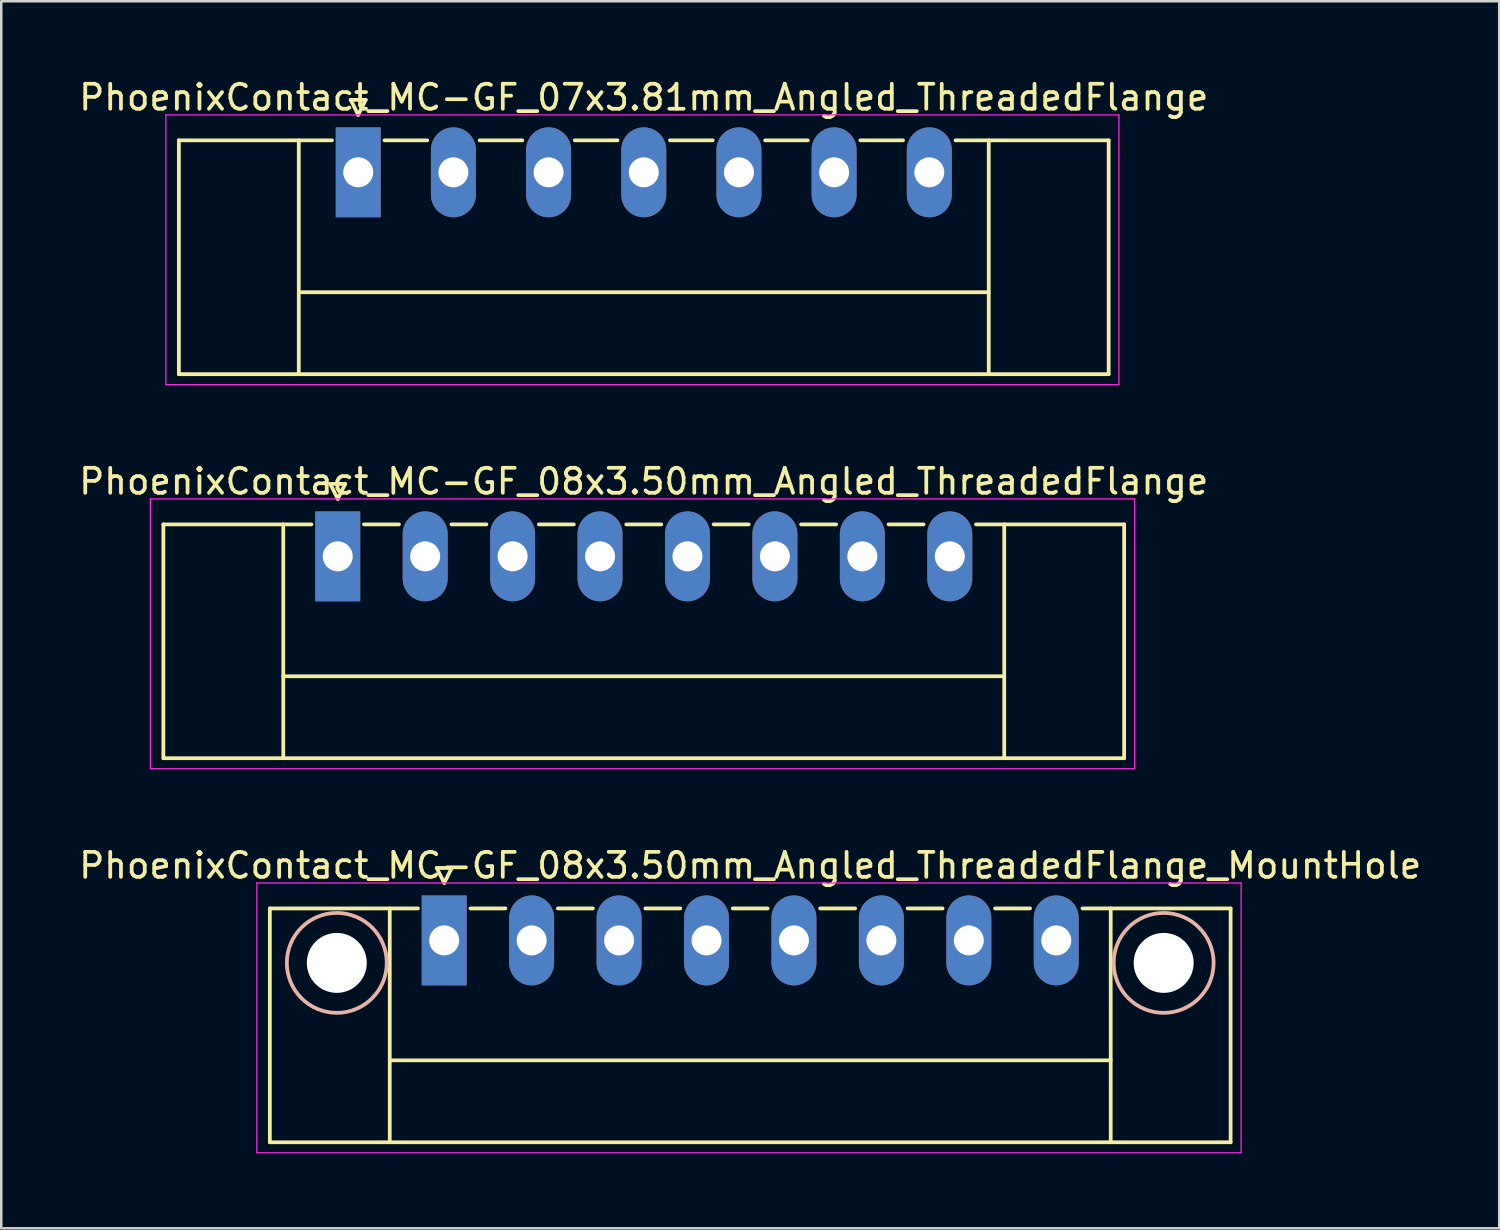
<source format=kicad_pcb>
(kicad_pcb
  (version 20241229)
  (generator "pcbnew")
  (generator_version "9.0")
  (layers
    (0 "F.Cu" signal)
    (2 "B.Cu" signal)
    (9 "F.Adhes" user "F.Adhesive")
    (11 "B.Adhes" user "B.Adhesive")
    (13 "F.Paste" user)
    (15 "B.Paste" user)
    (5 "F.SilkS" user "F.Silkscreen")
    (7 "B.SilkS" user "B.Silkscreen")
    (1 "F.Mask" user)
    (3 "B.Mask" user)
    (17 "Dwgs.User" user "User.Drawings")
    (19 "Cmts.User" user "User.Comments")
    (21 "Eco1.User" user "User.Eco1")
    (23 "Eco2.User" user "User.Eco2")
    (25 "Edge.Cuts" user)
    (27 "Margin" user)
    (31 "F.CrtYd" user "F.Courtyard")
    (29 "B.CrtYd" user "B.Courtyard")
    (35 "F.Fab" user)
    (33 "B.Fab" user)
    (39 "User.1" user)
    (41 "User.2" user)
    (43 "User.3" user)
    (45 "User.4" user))
  (footprint "PhoenixContact_MC-GF_08x3.50mm_Angled_ThreadedFlange_MountHole"
    (layer "F.Cu")
    (at 14.732 34.595)
    (property "Reference" "PhoenixContact_MC-GF_08x3.50mm_Angled_ThreadedFlange_MountHole" (at 12.25 -3 0) (layer "F.SilkS") (effects (font (size 1 1) (thickness 0.15))))
    (attr through_hole)
    (fp_line (start -6.98 -1.28) (end -6.98 8.08) (stroke (width 0.15) (type solid)) (layer "F.SilkS"))
    (fp_line (start -6.98 -1.28) (end -1.05 -1.28) (stroke (width 0.15) (type solid)) (layer "F.SilkS"))
    (fp_line (start -6.98 8.08) (end 31.48 8.08) (stroke (width 0.15) (type solid)) (layer "F.SilkS"))
    (fp_line (start -2.18 -1.28) (end -2.18 8.08) (stroke (width 0.15) (type solid)) (layer "F.SilkS"))
    (fp_line (start -2.18 4.8) (end 26.68 4.8) (stroke (width 0.15) (type solid)) (layer "F.SilkS"))
    (fp_line (start -0.3 -2.9) (end 0 -2.3) (stroke (width 0.15) (type solid)) (layer "F.SilkS"))
    (fp_line (start 0 -2.3) (end 0.3 -2.9) (stroke (width 0.15) (type solid)) (layer "F.SilkS"))
    (fp_line (start 0.3 -2.9) (end -0.3 -2.9) (stroke (width 0.15) (type solid)) (layer "F.SilkS"))
    (fp_line (start 1.05 -1.28) (end 2.45 -1.28) (stroke (width 0.15) (type solid)) (layer "F.SilkS"))
    (fp_line (start 4.55 -1.28) (end 5.95 -1.28) (stroke (width 0.15) (type solid)) (layer "F.SilkS"))
    (fp_line (start 8.05 -1.28) (end 9.45 -1.28) (stroke (width 0.15) (type solid)) (layer "F.SilkS"))
    (fp_line (start 11.55 -1.28) (end 12.95 -1.28) (stroke (width 0.15) (type solid)) (layer "F.SilkS"))
    (fp_line (start 15.05 -1.28) (end 16.45 -1.28) (stroke (width 0.15) (type solid)) (layer "F.SilkS"))
    (fp_line (start 18.55 -1.28) (end 19.95 -1.28) (stroke (width 0.15) (type solid)) (layer "F.SilkS"))
    (fp_line (start 22.05 -1.28) (end 23.45 -1.28) (stroke (width 0.15) (type solid)) (layer "F.SilkS"))
    (fp_line (start 26.68 -1.28) (end 26.68 8.08) (stroke (width 0.15) (type solid)) (layer "F.SilkS"))
    (fp_line (start 31.48 -1.28) (end 25.55 -1.28) (stroke (width 0.15) (type solid)) (layer "F.SilkS"))
    (fp_line (start 31.48 8.08) (end 31.48 -1.28) (stroke (width 0.15) (type solid)) (layer "F.SilkS"))
    (fp_circle (center -4.3 0.9) (end -2.3 0.9) (stroke (width 0.15) (type solid)) (fill no) (layer "B.SilkS"))
    (fp_circle (center 28.8 0.9) (end 30.8 0.9) (stroke (width 0.15) (type solid)) (fill no) (layer "B.SilkS"))
    (fp_line (start -7.5 -2.3) (end -7.5 8.5) (stroke (width 0.05) (type solid)) (layer "F.CrtYd"))
    (fp_line (start -7.5 8.5) (end 31.9 8.5) (stroke (width 0.05) (type solid)) (layer "F.CrtYd"))
    (fp_line (start 31.9 -2.3) (end -7.5 -2.3) (stroke (width 0.05) (type solid)) (layer "F.CrtYd"))
    (fp_line (start 31.9 8.5) (end 31.9 -2.3) (stroke (width 0.05) (type solid)) (layer "F.CrtYd"))
    (pad "" np_thru_hole circle (at -4.3 0.9) (size 2.4 2.4) (drill 2.4) (layers "*.Cu" "*.Mask"))
    (pad "" np_thru_hole circle (at 28.8 0.9) (size 2.4 2.4) (drill 2.4) (layers "*.Cu" "*.Mask"))
    (pad "1" thru_hole rect (at 0 0) (size 1.8 3.6) (drill 1.2) (layers "*.Cu" "*.Mask"))
    (pad "2" thru_hole oval (at 3.5 0) (size 1.8 3.6) (drill 1.2) (layers "*.Cu" "*.Mask"))
    (pad "3" thru_hole oval (at 7 0) (size 1.8 3.6) (drill 1.2) (layers "*.Cu" "*.Mask"))
    (pad "4" thru_hole oval (at 10.5 0) (size 1.8 3.6) (drill 1.2) (layers "*.Cu" "*.Mask"))
    (pad "5" thru_hole oval (at 14 0) (size 1.8 3.6) (drill 1.2) (layers "*.Cu" "*.Mask"))
    (pad "6" thru_hole oval (at 17.5 0) (size 1.8 3.6) (drill 1.2) (layers "*.Cu" "*.Mask"))
    (pad "7" thru_hole oval (at 21 0) (size 1.8 3.6) (drill 1.2) (layers "*.Cu" "*.Mask"))
    (pad "8" thru_hole oval (at 24.5 0) (size 1.8 3.6) (drill 1.2) (layers "*.Cu" "*.Mask")))
  (footprint "PhoenixContact_MC-GF_07x3.81mm_Angled_ThreadedFlange"
    (layer "F.Cu")
    (at 11.29 3.848)
    (property "Reference" "PhoenixContact_MC-GF_07x3.81mm_Angled_ThreadedFlange" (at 11.43 -3 0) (layer "F.SilkS") (effects (font (size 1 1) (thickness 0.15))))
    (attr through_hole)
    (fp_line (start -7.18 -1.28) (end -7.18 8.08) (stroke (width 0.15) (type solid)) (layer "F.SilkS"))
    (fp_line (start -7.18 -1.28) (end -1.05 -1.28) (stroke (width 0.15) (type solid)) (layer "F.SilkS"))
    (fp_line (start -7.18 8.08) (end 30.04 8.08) (stroke (width 0.15) (type solid)) (layer "F.SilkS"))
    (fp_line (start -2.38 -1.28) (end -2.38 8.08) (stroke (width 0.15) (type solid)) (layer "F.SilkS"))
    (fp_line (start -2.38 4.8) (end 25.24 4.8) (stroke (width 0.15) (type solid)) (layer "F.SilkS"))
    (fp_line (start -0.3 -2.9) (end 0 -2.3) (stroke (width 0.15) (type solid)) (layer "F.SilkS"))
    (fp_line (start 0 -2.3) (end 0.3 -2.9) (stroke (width 0.15) (type solid)) (layer "F.SilkS"))
    (fp_line (start 0.3 -2.9) (end -0.3 -2.9) (stroke (width 0.15) (type solid)) (layer "F.SilkS"))
    (fp_line (start 1.05 -1.28) (end 2.76 -1.28) (stroke (width 0.15) (type solid)) (layer "F.SilkS"))
    (fp_line (start 4.86 -1.28) (end 6.57 -1.28) (stroke (width 0.15) (type solid)) (layer "F.SilkS"))
    (fp_line (start 8.67 -1.28) (end 10.38 -1.28) (stroke (width 0.15) (type solid)) (layer "F.SilkS"))
    (fp_line (start 12.48 -1.28) (end 14.19 -1.28) (stroke (width 0.15) (type solid)) (layer "F.SilkS"))
    (fp_line (start 16.29 -1.28) (end 18 -1.28) (stroke (width 0.15) (type solid)) (layer "F.SilkS"))
    (fp_line (start 20.1 -1.28) (end 21.81 -1.28) (stroke (width 0.15) (type solid)) (layer "F.SilkS"))
    (fp_line (start 25.24 -1.28) (end 25.24 8.08) (stroke (width 0.15) (type solid)) (layer "F.SilkS"))
    (fp_line (start 30.04 -1.28) (end 23.91 -1.28) (stroke (width 0.15) (type solid)) (layer "F.SilkS"))
    (fp_line (start 30.04 8.08) (end 30.04 -1.28) (stroke (width 0.15) (type solid)) (layer "F.SilkS"))
    (fp_line (start -7.7 -2.3) (end -7.7 8.5) (stroke (width 0.05) (type solid)) (layer "F.CrtYd"))
    (fp_line (start -7.7 8.5) (end 30.45 8.5) (stroke (width 0.05) (type solid)) (layer "F.CrtYd"))
    (fp_line (start 30.45 -2.3) (end -7.7 -2.3) (stroke (width 0.05) (type solid)) (layer "F.CrtYd"))
    (fp_line (start 30.45 8.5) (end 30.45 -2.3) (stroke (width 0.05) (type solid)) (layer "F.CrtYd"))
    (pad "1" thru_hole rect (at 0 0) (size 1.8 3.6) (drill 1.2) (layers "*.Cu" "*.Mask"))
    (pad "2" thru_hole oval (at 3.81 0) (size 1.8 3.6) (drill 1.2) (layers "*.Cu" "*.Mask"))
    (pad "3" thru_hole oval (at 7.62 0) (size 1.8 3.6) (drill 1.2) (layers "*.Cu" "*.Mask"))
    (pad "4" thru_hole oval (at 11.43 0) (size 1.8 3.6) (drill 1.2) (layers "*.Cu" "*.Mask"))
    (pad "5" thru_hole oval (at 15.24 0) (size 1.8 3.6) (drill 1.2) (layers "*.Cu" "*.Mask"))
    (pad "6" thru_hole oval (at 19.05 0) (size 1.8 3.6) (drill 1.2) (layers "*.Cu" "*.Mask"))
    (pad "7" thru_hole oval (at 22.86 0) (size 1.8 3.6) (drill 1.2) (layers "*.Cu" "*.Mask")))
  (footprint "PhoenixContact_MC-GF_08x3.50mm_Angled_ThreadedFlange"
    (layer "F.Cu")
    (at 10.47 19.221)
    (property "Reference" "PhoenixContact_MC-GF_08x3.50mm_Angled_ThreadedFlange" (at 12.25 -3 0) (layer "F.SilkS") (effects (font (size 1 1) (thickness 0.15))))
    (attr through_hole)
    (fp_line (start -6.98 -1.28) (end -6.98 8.08) (stroke (width 0.15) (type solid)) (layer "F.SilkS"))
    (fp_line (start -6.98 -1.28) (end -1.05 -1.28) (stroke (width 0.15) (type solid)) (layer "F.SilkS"))
    (fp_line (start -6.98 8.08) (end 31.48 8.08) (stroke (width 0.15) (type solid)) (layer "F.SilkS"))
    (fp_line (start -2.18 -1.28) (end -2.18 8.08) (stroke (width 0.15) (type solid)) (layer "F.SilkS"))
    (fp_line (start -2.18 4.8) (end 26.68 4.8) (stroke (width 0.15) (type solid)) (layer "F.SilkS"))
    (fp_line (start -0.3 -2.9) (end 0 -2.3) (stroke (width 0.15) (type solid)) (layer "F.SilkS"))
    (fp_line (start 0 -2.3) (end 0.3 -2.9) (stroke (width 0.15) (type solid)) (layer "F.SilkS"))
    (fp_line (start 0.3 -2.9) (end -0.3 -2.9) (stroke (width 0.15) (type solid)) (layer "F.SilkS"))
    (fp_line (start 1.05 -1.28) (end 2.45 -1.28) (stroke (width 0.15) (type solid)) (layer "F.SilkS"))
    (fp_line (start 4.55 -1.28) (end 5.95 -1.28) (stroke (width 0.15) (type solid)) (layer "F.SilkS"))
    (fp_line (start 8.05 -1.28) (end 9.45 -1.28) (stroke (width 0.15) (type solid)) (layer "F.SilkS"))
    (fp_line (start 11.55 -1.28) (end 12.95 -1.28) (stroke (width 0.15) (type solid)) (layer "F.SilkS"))
    (fp_line (start 15.05 -1.28) (end 16.45 -1.28) (stroke (width 0.15) (type solid)) (layer "F.SilkS"))
    (fp_line (start 18.55 -1.28) (end 19.95 -1.28) (stroke (width 0.15) (type solid)) (layer "F.SilkS"))
    (fp_line (start 22.05 -1.28) (end 23.45 -1.28) (stroke (width 0.15) (type solid)) (layer "F.SilkS"))
    (fp_line (start 26.68 -1.28) (end 26.68 8.08) (stroke (width 0.15) (type solid)) (layer "F.SilkS"))
    (fp_line (start 31.48 -1.28) (end 25.55 -1.28) (stroke (width 0.15) (type solid)) (layer "F.SilkS"))
    (fp_line (start 31.48 8.08) (end 31.48 -1.28) (stroke (width 0.15) (type solid)) (layer "F.SilkS"))
    (fp_line (start -7.5 -2.3) (end -7.5 8.5) (stroke (width 0.05) (type solid)) (layer "F.CrtYd"))
    (fp_line (start -7.5 8.5) (end 31.9 8.5) (stroke (width 0.05) (type solid)) (layer "F.CrtYd"))
    (fp_line (start 31.9 -2.3) (end -7.5 -2.3) (stroke (width 0.05) (type solid)) (layer "F.CrtYd"))
    (fp_line (start 31.9 8.5) (end 31.9 -2.3) (stroke (width 0.05) (type solid)) (layer "F.CrtYd"))
    (pad "1" thru_hole rect (at 0 0) (size 1.8 3.6) (drill 1.2) (layers "*.Cu" "*.Mask"))
    (pad "2" thru_hole oval (at 3.5 0) (size 1.8 3.6) (drill 1.2) (layers "*.Cu" "*.Mask"))
    (pad "3" thru_hole oval (at 7 0) (size 1.8 3.6) (drill 1.2) (layers "*.Cu" "*.Mask"))
    (pad "4" thru_hole oval (at 10.5 0) (size 1.8 3.6) (drill 1.2) (layers "*.Cu" "*.Mask"))
    (pad "5" thru_hole oval (at 14 0) (size 1.8 3.6) (drill 1.2) (layers "*.Cu" "*.Mask"))
    (pad "6" thru_hole oval (at 17.5 0) (size 1.8 3.6) (drill 1.2) (layers "*.Cu" "*.Mask"))
    (pad "7" thru_hole oval (at 21 0) (size 1.8 3.6) (drill 1.2) (layers "*.Cu" "*.Mask"))
    (pad "8" thru_hole oval (at 24.5 0) (size 1.8 3.6) (drill 1.2) (layers "*.Cu" "*.Mask")))
  (gr_rect
    (start -3 -3)
    (end 56.964 46.12)
    (stroke (width 0.1) (type default))
    (fill no)
    (layer "Edge.Cuts")))
</source>
